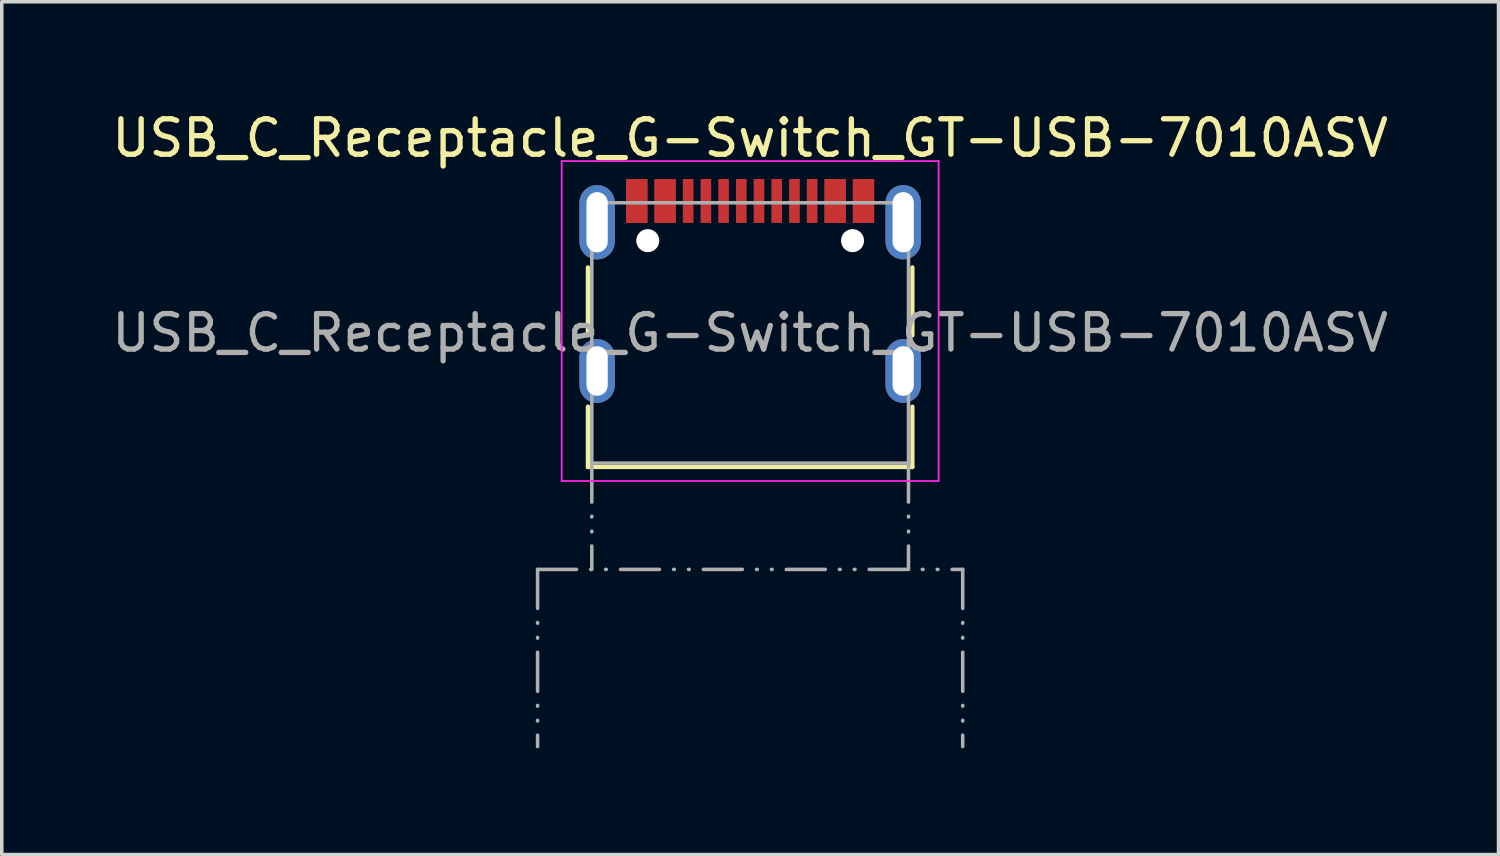
<source format=kicad_pcb>
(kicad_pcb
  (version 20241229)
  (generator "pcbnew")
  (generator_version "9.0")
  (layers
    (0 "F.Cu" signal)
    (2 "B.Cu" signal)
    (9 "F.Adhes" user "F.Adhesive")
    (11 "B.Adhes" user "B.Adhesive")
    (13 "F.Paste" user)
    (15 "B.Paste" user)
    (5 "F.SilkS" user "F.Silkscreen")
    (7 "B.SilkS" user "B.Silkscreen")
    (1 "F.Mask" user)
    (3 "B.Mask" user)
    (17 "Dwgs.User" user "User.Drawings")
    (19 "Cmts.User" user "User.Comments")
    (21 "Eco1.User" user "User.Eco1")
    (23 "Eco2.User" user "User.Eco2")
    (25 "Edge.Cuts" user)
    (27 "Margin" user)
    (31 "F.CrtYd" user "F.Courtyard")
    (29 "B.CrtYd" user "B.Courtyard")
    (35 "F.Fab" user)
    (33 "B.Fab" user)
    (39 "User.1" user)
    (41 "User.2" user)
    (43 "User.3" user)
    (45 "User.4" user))
  (footprint "USB_C_Receptacle_G-Switch_GT-USB-7010ASV"
    (layer "F.Cu")
    (at 18.125 6.348)
    (property "Reference" "USB_C_Receptacle_G-Switch_GT-USB-7010ASV" (at 0 -5.5 0) (layer "F.SilkS") (effects (font (size 1 1) (thickness 0.15))))
    (attr smd)
    (fp_line (start -4.58 -1.85) (end -4.58 0.07) (stroke (width 0.12) (type solid)) (layer "F.SilkS"))
    (fp_line (start -4.58 3.785) (end -4.58 2.08) (stroke (width 0.12) (type solid)) (layer "F.SilkS"))
    (fp_line (start 4.58 0.07) (end 4.58 -1.85) (stroke (width 0.12) (type solid)) (layer "F.SilkS"))
    (fp_line (start 4.58 2.08) (end 4.58 3.785) (stroke (width 0.12) (type solid)) (layer "F.SilkS"))
    (fp_line (start 4.58 3.785) (end -4.58 3.785) (stroke (width 0.12) (type solid)) (layer "F.SilkS"))
    (fp_line (start -5.32 -4.85) (end 5.32 -4.85) (stroke (width 0.05) (type solid)) (layer "F.CrtYd"))
    (fp_line (start -5.32 4.18) (end -5.32 -4.85) (stroke (width 0.05) (type solid)) (layer "F.CrtYd"))
    (fp_line (start 5.32 -4.85) (end 5.32 4.18) (stroke (width 0.05) (type solid)) (layer "F.CrtYd"))
    (fp_line (start 5.32 4.18) (end -5.32 4.18) (stroke (width 0.05) (type solid)) (layer "F.CrtYd"))
    (fp_line (start -6 6.675) (end -6 11.675) (stroke (width 0.1) (type dash_dot_dot)) (layer "F.Fab"))
    (fp_line (start -6 6.675) (end 6 6.675) (stroke (width 0.1) (type dash_dot_dot)) (layer "F.Fab"))
    (fp_line (start -4.47 -3.675) (end -4.47 3.675) (stroke (width 0.1) (type solid)) (layer "F.Fab"))
    (fp_line (start -4.47 -3.675) (end 4.47 -3.675) (stroke (width 0.1) (type solid)) (layer "F.Fab"))
    (fp_line (start -4.47 3.675) (end -4.47 6.675) (stroke (width 0.1) (type dash_dot_dot)) (layer "F.Fab"))
    (fp_line (start -4.47 3.675) (end 4.47 3.675) (stroke (width 0.1) (type solid)) (layer "F.Fab"))
    (fp_line (start 4.47 3.675) (end 4.47 -3.675) (stroke (width 0.1) (type solid)) (layer "F.Fab"))
    (fp_line (start 4.47 3.675) (end 4.47 6.675) (stroke (width 0.1) (type dash_dot_dot)) (layer "F.Fab"))
    (fp_line (start 6 6.675) (end 6 11.675) (stroke (width 0.1) (type dash_dot_dot)) (layer "F.Fab"))
    (fp_text user "${REFERENCE}" (at 0 0 0) (layer "F.Fab") (effects (font (size 1 1) (thickness 0.15))))
    (pad "" np_thru_hole circle (at -2.89 -2.605) (size 0.65 0.65) (drill 0.65) (layers "*.Cu" "*.Mask"))
    (pad "" np_thru_hole circle (at 2.89 -2.605) (size 0.65 0.65) (drill 0.65) (layers "*.Cu" "*.Mask"))
    (pad "A1" smd rect (at -3.2 -3.725) (size 0.6 1.24) (layers "F.Cu" "F.Mask" "F.Paste"))
    (pad "A4" smd rect (at -2.4 -3.725) (size 0.6 1.24) (layers "F.Cu" "F.Mask" "F.Paste"))
    (pad "A5" smd rect (at -1.25 -3.725) (size 0.3 1.24) (layers "F.Cu" "F.Mask" "F.Paste"))
    (pad "A6" smd rect (at -0.25 -3.725) (size 0.3 1.24) (layers "F.Cu" "F.Mask" "F.Paste"))
    (pad "A7" smd rect (at 0.25 -3.725) (size 0.3 1.24) (layers "F.Cu" "F.Mask" "F.Paste"))
    (pad "A8" smd rect (at 1.25 -3.725) (size 0.3 1.24) (layers "F.Cu" "F.Mask" "F.Paste"))
    (pad "A9" smd rect (at 2.4 -3.725) (size 0.6 1.24) (layers "F.Cu" "F.Mask" "F.Paste"))
    (pad "A12" smd rect (at 3.2 -3.725) (size 0.6 1.24) (layers "F.Cu" "F.Mask" "F.Paste"))
    (pad "B1" smd rect (at 3.2 -3.725) (size 0.6 1.24) (layers "F.Cu" "F.Mask" "F.Paste"))
    (pad "B4" smd rect (at 2.4 -3.725) (size 0.6 1.24) (layers "F.Cu" "F.Mask" "F.Paste"))
    (pad "B5" smd rect (at 1.75 -3.725) (size 0.3 1.24) (layers "F.Cu" "F.Mask" "F.Paste"))
    (pad "B6" smd rect (at 0.75 -3.725) (size 0.3 1.24) (layers "F.Cu" "F.Mask" "F.Paste"))
    (pad "B7" smd rect (at -0.75 -3.725) (size 0.3 1.24) (layers "F.Cu" "F.Mask" "F.Paste"))
    (pad "B8" smd rect (at -1.75 -3.725) (size 0.3 1.24) (layers "F.Cu" "F.Mask" "F.Paste"))
    (pad "B9" smd rect (at -2.4 -3.725) (size 0.6 1.24) (layers "F.Cu" "F.Mask" "F.Paste"))
    (pad "B12" smd rect (at -3.2 -3.725) (size 0.6 1.24) (layers "F.Cu" "F.Mask" "F.Paste"))
    (pad "S1" thru_hole oval (at -4.32 -3.125) (size 1 2.1) (drill oval 0.6 1.7) (layers "*.Cu" "*.Mask"))
    (pad "S1" thru_hole oval (at -4.32 1.075) (size 1 1.8) (drill oval 0.6 1.4) (layers "*.Cu" "*.Mask"))
    (pad "S1" thru_hole oval (at 4.32 -3.125) (size 1 2.1) (drill oval 0.6 1.7) (layers "*.Cu" "*.Mask"))
    (pad "S1" thru_hole oval (at 4.32 1.075) (size 1 1.8) (drill oval 0.6 1.4) (layers "*.Cu" "*.Mask")))
  (gr_rect
    (start -3 -3)
    (end 39.25 21.073)
    (stroke (width 0.1) (type default))
    (fill no)
    (layer "Edge.Cuts")))
</source>
